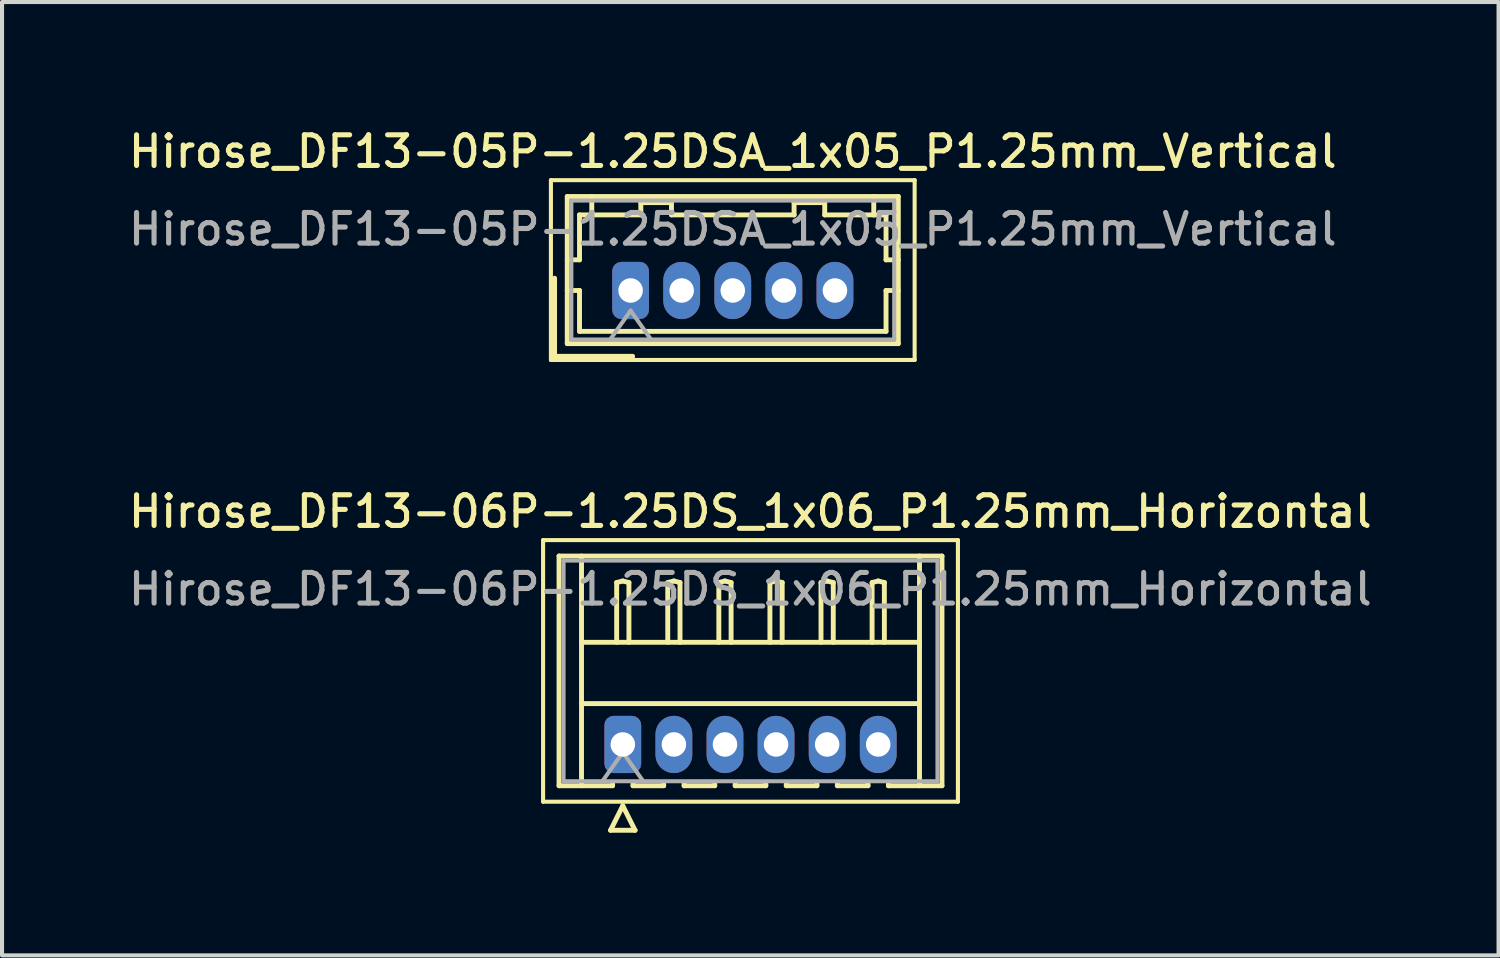
<source format=kicad_pcb>
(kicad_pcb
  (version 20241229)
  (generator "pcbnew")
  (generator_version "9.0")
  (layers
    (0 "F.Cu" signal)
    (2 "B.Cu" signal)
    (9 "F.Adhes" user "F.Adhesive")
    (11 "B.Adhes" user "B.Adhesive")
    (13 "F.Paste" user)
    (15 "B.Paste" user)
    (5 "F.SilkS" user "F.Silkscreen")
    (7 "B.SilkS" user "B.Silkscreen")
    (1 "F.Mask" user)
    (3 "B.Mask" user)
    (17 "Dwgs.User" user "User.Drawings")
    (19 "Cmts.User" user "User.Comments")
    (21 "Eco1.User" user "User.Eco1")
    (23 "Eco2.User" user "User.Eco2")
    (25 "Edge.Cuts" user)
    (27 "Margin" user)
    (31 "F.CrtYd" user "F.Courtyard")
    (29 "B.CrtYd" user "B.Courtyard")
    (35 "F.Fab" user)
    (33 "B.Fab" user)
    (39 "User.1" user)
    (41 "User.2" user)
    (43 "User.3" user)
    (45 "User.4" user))
  (footprint "Hirose_DF13-06P-1.25DS_1x06_P1.25mm_Horizontal"
    (layer "F.Cu")
    (at 12.189 15.166)
    (property "Reference" "Hirose_DF13-06P-1.25DS_1x06_P1.25mm_Horizontal" (at 3.12 -5.7 0) (layer "F.SilkS") (effects (font (size 0.75 0.75) (thickness 0.125))))
    (attr through_hole)
    (fp_line (start -1.95 -5) (end -1.95 1.4) (stroke (width 0.1) (type solid)) (layer "F.SilkS"))
    (fp_line (start -1.95 1.4) (end 8.2 1.4) (stroke (width 0.1) (type solid)) (layer "F.SilkS"))
    (fp_line (start -1.56 -4.61) (end 7.81 -4.61) (stroke (width 0.12) (type solid)) (layer "F.SilkS"))
    (fp_line (start -1.56 1.01) (end -1.56 -4.61) (stroke (width 0.12) (type solid)) (layer "F.SilkS"))
    (fp_line (start -1.01 -4.61) (end -1.01 1.01) (stroke (width 0.12) (type solid)) (layer "F.SilkS"))
    (fp_line (start -1.01 -2.5) (end 7.26 -2.5) (stroke (width 0.12) (type solid)) (layer "F.SilkS"))
    (fp_line (start -1.01 -1) (end 7.26 -1) (stroke (width 0.12) (type solid)) (layer "F.SilkS"))
    (fp_line (start -0.3 2.1) (end 0.3 2.1) (stroke (width 0.12) (type solid)) (layer "F.SilkS"))
    (fp_line (start -0.25 0.96) (end -0.25 1.01) (stroke (width 0.12) (type solid)) (layer "F.SilkS"))
    (fp_line (start -0.25 1.01) (end -1.56 1.01) (stroke (width 0.12) (type solid)) (layer "F.SilkS"))
    (fp_line (start -0.15 -3.962) (end 0 -4) (stroke (width 0.12) (type solid)) (layer "F.SilkS"))
    (fp_line (start -0.15 -2.5) (end -0.15 -3.962) (stroke (width 0.12) (type solid)) (layer "F.SilkS"))
    (fp_line (start 0 -4) (end 0.15 -3.962) (stroke (width 0.12) (type solid)) (layer "F.SilkS"))
    (fp_line (start 0 1.5) (end -0.3 2.1) (stroke (width 0.12) (type solid)) (layer "F.SilkS"))
    (fp_line (start 0.15 -3.962) (end 0.15 -2.5) (stroke (width 0.12) (type solid)) (layer "F.SilkS"))
    (fp_line (start 0.25 0.96) (end 0.25 1.01) (stroke (width 0.12) (type solid)) (layer "F.SilkS"))
    (fp_line (start 0.25 1.01) (end 1 1.01) (stroke (width 0.12) (type solid)) (layer "F.SilkS"))
    (fp_line (start 0.3 2.1) (end 0 1.5) (stroke (width 0.12) (type solid)) (layer "F.SilkS"))
    (fp_line (start 1 1.01) (end 1 0.96) (stroke (width 0.12) (type solid)) (layer "F.SilkS"))
    (fp_line (start 1.1 -3.962) (end 1.25 -4) (stroke (width 0.12) (type solid)) (layer "F.SilkS"))
    (fp_line (start 1.1 -2.5) (end 1.1 -3.962) (stroke (width 0.12) (type solid)) (layer "F.SilkS"))
    (fp_line (start 1.25 -4) (end 1.4 -3.962) (stroke (width 0.12) (type solid)) (layer "F.SilkS"))
    (fp_line (start 1.4 -3.962) (end 1.4 -2.5) (stroke (width 0.12) (type solid)) (layer "F.SilkS"))
    (fp_line (start 1.5 0.96) (end 1.5 1.01) (stroke (width 0.12) (type solid)) (layer "F.SilkS"))
    (fp_line (start 1.5 1.01) (end 2.25 1.01) (stroke (width 0.12) (type solid)) (layer "F.SilkS"))
    (fp_line (start 2.25 1.01) (end 2.25 0.96) (stroke (width 0.12) (type solid)) (layer "F.SilkS"))
    (fp_line (start 2.35 -3.962) (end 2.5 -4) (stroke (width 0.12) (type solid)) (layer "F.SilkS"))
    (fp_line (start 2.35 -2.5) (end 2.35 -3.962) (stroke (width 0.12) (type solid)) (layer "F.SilkS"))
    (fp_line (start 2.5 -4) (end 2.65 -3.962) (stroke (width 0.12) (type solid)) (layer "F.SilkS"))
    (fp_line (start 2.65 -3.962) (end 2.65 -2.5) (stroke (width 0.12) (type solid)) (layer "F.SilkS"))
    (fp_line (start 2.75 0.96) (end 2.75 1.01) (stroke (width 0.12) (type solid)) (layer "F.SilkS"))
    (fp_line (start 2.75 1.01) (end 3.5 1.01) (stroke (width 0.12) (type solid)) (layer "F.SilkS"))
    (fp_line (start 3.5 1.01) (end 3.5 0.96) (stroke (width 0.12) (type solid)) (layer "F.SilkS"))
    (fp_line (start 3.6 -3.962) (end 3.75 -4) (stroke (width 0.12) (type solid)) (layer "F.SilkS"))
    (fp_line (start 3.6 -2.5) (end 3.6 -3.962) (stroke (width 0.12) (type solid)) (layer "F.SilkS"))
    (fp_line (start 3.75 -4) (end 3.9 -3.962) (stroke (width 0.12) (type solid)) (layer "F.SilkS"))
    (fp_line (start 3.9 -3.962) (end 3.9 -2.5) (stroke (width 0.12) (type solid)) (layer "F.SilkS"))
    (fp_line (start 4 0.96) (end 4 1.01) (stroke (width 0.12) (type solid)) (layer "F.SilkS"))
    (fp_line (start 4 1.01) (end 4.75 1.01) (stroke (width 0.12) (type solid)) (layer "F.SilkS"))
    (fp_line (start 4.75 1.01) (end 4.75 0.96) (stroke (width 0.12) (type solid)) (layer "F.SilkS"))
    (fp_line (start 4.85 -3.962) (end 5 -4) (stroke (width 0.12) (type solid)) (layer "F.SilkS"))
    (fp_line (start 4.85 -2.5) (end 4.85 -3.962) (stroke (width 0.12) (type solid)) (layer "F.SilkS"))
    (fp_line (start 5 -4) (end 5.15 -3.962) (stroke (width 0.12) (type solid)) (layer "F.SilkS"))
    (fp_line (start 5.15 -3.962) (end 5.15 -2.5) (stroke (width 0.12) (type solid)) (layer "F.SilkS"))
    (fp_line (start 5.25 0.96) (end 5.25 1.01) (stroke (width 0.12) (type solid)) (layer "F.SilkS"))
    (fp_line (start 5.25 1.01) (end 6 1.01) (stroke (width 0.12) (type solid)) (layer "F.SilkS"))
    (fp_line (start 6 1.01) (end 6 0.96) (stroke (width 0.12) (type solid)) (layer "F.SilkS"))
    (fp_line (start 6.1 -3.962) (end 6.25 -4) (stroke (width 0.12) (type solid)) (layer "F.SilkS"))
    (fp_line (start 6.1 -2.5) (end 6.1 -3.962) (stroke (width 0.12) (type solid)) (layer "F.SilkS"))
    (fp_line (start 6.25 -4) (end 6.4 -3.962) (stroke (width 0.12) (type solid)) (layer "F.SilkS"))
    (fp_line (start 6.4 -3.962) (end 6.4 -2.5) (stroke (width 0.12) (type solid)) (layer "F.SilkS"))
    (fp_line (start 6.5 1.01) (end 6.5 0.96) (stroke (width 0.12) (type solid)) (layer "F.SilkS"))
    (fp_line (start 7.26 -4.61) (end 7.26 1.01) (stroke (width 0.12) (type solid)) (layer "F.SilkS"))
    (fp_line (start 7.81 -4.61) (end 7.81 1.01) (stroke (width 0.12) (type solid)) (layer "F.SilkS"))
    (fp_line (start 7.81 1.01) (end 6.5 1.01) (stroke (width 0.12) (type solid)) (layer "F.SilkS"))
    (fp_line (start 8.2 -5) (end -1.95 -5) (stroke (width 0.1) (type solid)) (layer "F.SilkS"))
    (fp_line (start 8.2 1.4) (end 8.2 -5) (stroke (width 0.1) (type solid)) (layer "F.SilkS"))
    (fp_line (start -1.45 -4.5) (end -1.45 0.9) (stroke (width 0.1) (type solid)) (layer "F.Fab"))
    (fp_line (start -1.45 0.9) (end 7.7 0.9) (stroke (width 0.1) (type solid)) (layer "F.Fab"))
    (fp_line (start -0.5 0.9) (end 0 0.193) (stroke (width 0.1) (type solid)) (layer "F.Fab"))
    (fp_line (start 0 0.193) (end 0.5 0.9) (stroke (width 0.1) (type solid)) (layer "F.Fab"))
    (fp_line (start 7.7 -4.5) (end -1.45 -4.5) (stroke (width 0.1) (type solid)) (layer "F.Fab"))
    (fp_line (start 7.7 0.9) (end 7.7 -4.5) (stroke (width 0.1) (type solid)) (layer "F.Fab"))
    (fp_text user "${REFERENCE}" (at 3.12 -3.8 0) (layer "F.Fab") (effects (font (size 0.75 0.75) (thickness 0.125))))
    (pad "1" thru_hole roundrect (at 0 0) (size 0.9 1.4) (drill 0.6) (layers "*.Cu" "*.Mask") (roundrect_rratio 0.25))
    (pad "2" thru_hole oval (at 1.25 0) (size 0.9 1.4) (drill 0.6) (layers "*.Cu" "*.Mask"))
    (pad "3" thru_hole oval (at 2.5 0) (size 0.9 1.4) (drill 0.6) (layers "*.Cu" "*.Mask"))
    (pad "4" thru_hole oval (at 3.75 0) (size 0.9 1.4) (drill 0.6) (layers "*.Cu" "*.Mask"))
    (pad "5" thru_hole oval (at 5 0) (size 0.9 1.4) (drill 0.6) (layers "*.Cu" "*.Mask"))
    (pad "6" thru_hole oval (at 6.25 0) (size 0.9 1.4) (drill 0.6) (layers "*.Cu" "*.Mask")))
  (footprint "Hirose_DF13-05P-1.25DSA_1x05_P1.25mm_Vertical"
    (layer "F.Cu")
    (at 12.38 4.058)
    (property "Reference" "Hirose_DF13-05P-1.25DSA_1x05_P1.25mm_Vertical" (at 2.5 -3.4 0) (layer "F.SilkS") (effects (font (size 0.75 0.75) (thickness 0.125))))
    (attr through_hole)
    (fp_line (start -1.95 -2.7) (end -1.95 1.7) (stroke (width 0.1) (type solid)) (layer "F.SilkS"))
    (fp_line (start -1.95 1.7) (end 6.95 1.7) (stroke (width 0.1) (type solid)) (layer "F.SilkS"))
    (fp_line (start -1.86 -0.3) (end -1.86 1.61) (stroke (width 0.12) (type solid)) (layer "F.SilkS"))
    (fp_line (start -1.86 1.61) (end 0.05 1.61) (stroke (width 0.12) (type solid)) (layer "F.SilkS"))
    (fp_line (start -1.55 -2.3) (end -1.55 1.3) (stroke (width 0.12) (type solid)) (layer "F.SilkS"))
    (fp_line (start -1.55 -0.75) (end -1.25 -0.75) (stroke (width 0.12) (type solid)) (layer "F.SilkS"))
    (fp_line (start -1.55 0) (end -1.25 0) (stroke (width 0.12) (type solid)) (layer "F.SilkS"))
    (fp_line (start -1.55 1.3) (end 6.55 1.3) (stroke (width 0.12) (type solid)) (layer "F.SilkS"))
    (fp_line (start -1.25 -1.85) (end -0.95 -1.85) (stroke (width 0.12) (type solid)) (layer "F.SilkS"))
    (fp_line (start -1.25 -0.75) (end -1.25 -1.85) (stroke (width 0.12) (type solid)) (layer "F.SilkS"))
    (fp_line (start -1.25 0) (end -1.25 1) (stroke (width 0.12) (type solid)) (layer "F.SilkS"))
    (fp_line (start -1.25 1) (end 6.25 1) (stroke (width 0.12) (type solid)) (layer "F.SilkS"))
    (fp_line (start -0.95 -1.85) (end -0.95 -2.3) (stroke (width 0.12) (type solid)) (layer "F.SilkS"))
    (fp_line (start -0.95 -1.85) (end 0.25 -1.85) (stroke (width 0.12) (type solid)) (layer "F.SilkS"))
    (fp_line (start 0.25 -2.15) (end 1 -2.15) (stroke (width 0.12) (type solid)) (layer "F.SilkS"))
    (fp_line (start 0.25 -1.85) (end 0.25 -2.15) (stroke (width 0.12) (type solid)) (layer "F.SilkS"))
    (fp_line (start 1 -2.15) (end 1 -1.85) (stroke (width 0.12) (type solid)) (layer "F.SilkS"))
    (fp_line (start 1 -1.85) (end 4 -1.85) (stroke (width 0.12) (type solid)) (layer "F.SilkS"))
    (fp_line (start 4 -2.15) (end 4.75 -2.15) (stroke (width 0.12) (type solid)) (layer "F.SilkS"))
    (fp_line (start 4 -1.85) (end 4 -2.15) (stroke (width 0.12) (type solid)) (layer "F.SilkS"))
    (fp_line (start 4.75 -2.15) (end 4.75 -1.85) (stroke (width 0.12) (type solid)) (layer "F.SilkS"))
    (fp_line (start 4.75 -1.85) (end 5.95 -1.85) (stroke (width 0.12) (type solid)) (layer "F.SilkS"))
    (fp_line (start 5.95 -1.85) (end 5.95 -2.3) (stroke (width 0.12) (type solid)) (layer "F.SilkS"))
    (fp_line (start 6.25 -1.85) (end 5.95 -1.85) (stroke (width 0.12) (type solid)) (layer "F.SilkS"))
    (fp_line (start 6.25 -0.75) (end 6.25 -1.85) (stroke (width 0.12) (type solid)) (layer "F.SilkS"))
    (fp_line (start 6.25 0) (end 6.55 0) (stroke (width 0.12) (type solid)) (layer "F.SilkS"))
    (fp_line (start 6.25 1) (end 6.25 0) (stroke (width 0.12) (type solid)) (layer "F.SilkS"))
    (fp_line (start 6.55 -2.3) (end -1.55 -2.3) (stroke (width 0.12) (type solid)) (layer "F.SilkS"))
    (fp_line (start 6.55 -0.75) (end 6.25 -0.75) (stroke (width 0.12) (type solid)) (layer "F.SilkS"))
    (fp_line (start 6.55 1.3) (end 6.55 -2.3) (stroke (width 0.12) (type solid)) (layer "F.SilkS"))
    (fp_line (start 6.95 -2.7) (end -1.95 -2.7) (stroke (width 0.1) (type solid)) (layer "F.SilkS"))
    (fp_line (start 6.95 1.7) (end 6.95 -2.7) (stroke (width 0.1) (type solid)) (layer "F.SilkS"))
    (fp_line (start -1.45 -2.2) (end -1.45 1.2) (stroke (width 0.1) (type solid)) (layer "F.Fab"))
    (fp_line (start -1.45 1.2) (end 6.45 1.2) (stroke (width 0.1) (type solid)) (layer "F.Fab"))
    (fp_line (start -0.5 1.2) (end 0 0.493) (stroke (width 0.1) (type solid)) (layer "F.Fab"))
    (fp_line (start 0 0.493) (end 0.5 1.2) (stroke (width 0.1) (type solid)) (layer "F.Fab"))
    (fp_line (start 6.45 -2.2) (end -1.45 -2.2) (stroke (width 0.1) (type solid)) (layer "F.Fab"))
    (fp_line (start 6.45 1.2) (end 6.45 -2.2) (stroke (width 0.1) (type solid)) (layer "F.Fab"))
    (fp_text user "${REFERENCE}" (at 2.5 -1.5 0) (layer "F.Fab") (effects (font (size 0.75 0.75) (thickness 0.125))))
    (pad "1" thru_hole roundrect (at 0 0) (size 0.9 1.4) (drill 0.6) (layers "*.Cu" "*.Mask") (roundrect_rratio 0.25))
    (pad "2" thru_hole oval (at 1.25 0) (size 0.9 1.4) (drill 0.6) (layers "*.Cu" "*.Mask"))
    (pad "3" thru_hole oval (at 2.5 0) (size 0.9 1.4) (drill 0.6) (layers "*.Cu" "*.Mask"))
    (pad "4" thru_hole oval (at 3.75 0) (size 0.9 1.4) (drill 0.6) (layers "*.Cu" "*.Mask"))
    (pad "5" thru_hole oval (at 5 0) (size 0.9 1.4) (drill 0.6) (layers "*.Cu" "*.Mask")))
  (gr_rect
    (start -3 -3)
    (end 33.618 20.326)
    (stroke (width 0.1) (type default))
    (fill no)
    (layer "Edge.Cuts")))
</source>
